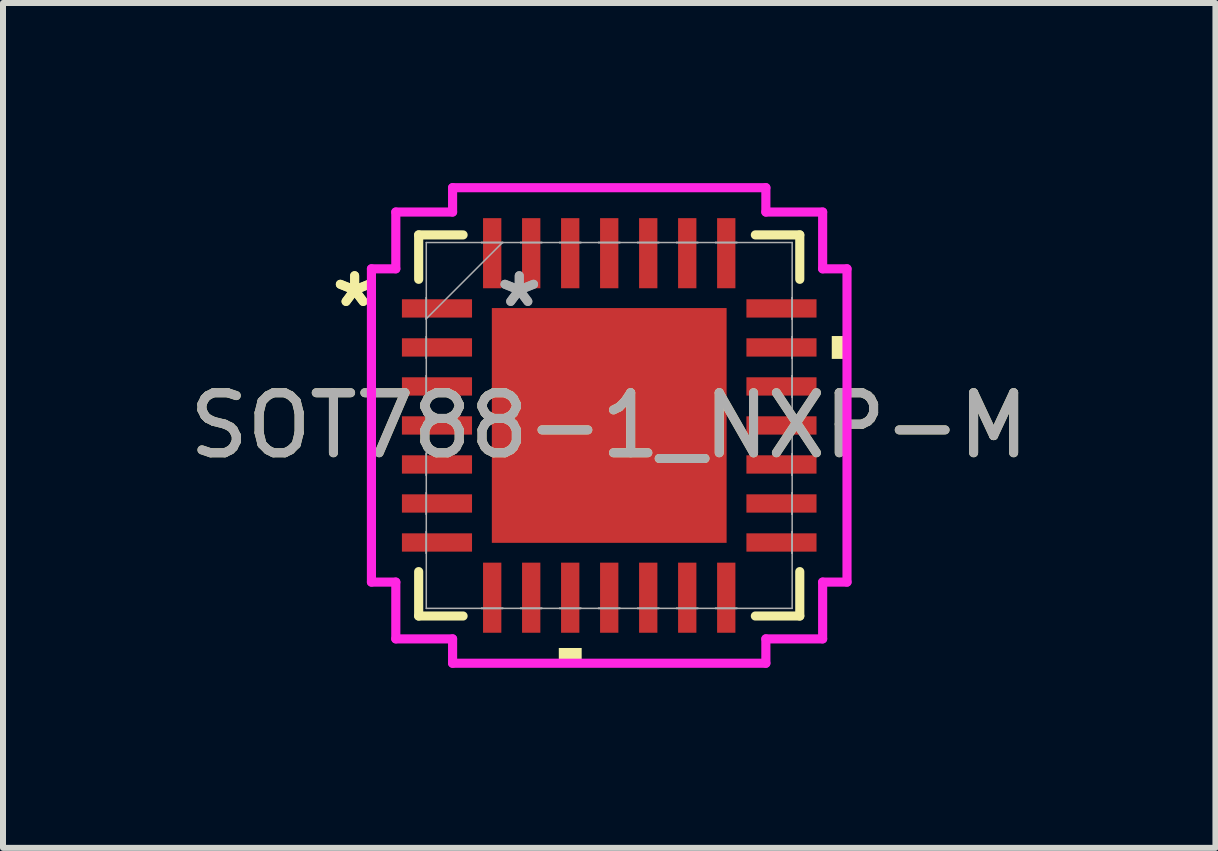
<source format=kicad_pcb>
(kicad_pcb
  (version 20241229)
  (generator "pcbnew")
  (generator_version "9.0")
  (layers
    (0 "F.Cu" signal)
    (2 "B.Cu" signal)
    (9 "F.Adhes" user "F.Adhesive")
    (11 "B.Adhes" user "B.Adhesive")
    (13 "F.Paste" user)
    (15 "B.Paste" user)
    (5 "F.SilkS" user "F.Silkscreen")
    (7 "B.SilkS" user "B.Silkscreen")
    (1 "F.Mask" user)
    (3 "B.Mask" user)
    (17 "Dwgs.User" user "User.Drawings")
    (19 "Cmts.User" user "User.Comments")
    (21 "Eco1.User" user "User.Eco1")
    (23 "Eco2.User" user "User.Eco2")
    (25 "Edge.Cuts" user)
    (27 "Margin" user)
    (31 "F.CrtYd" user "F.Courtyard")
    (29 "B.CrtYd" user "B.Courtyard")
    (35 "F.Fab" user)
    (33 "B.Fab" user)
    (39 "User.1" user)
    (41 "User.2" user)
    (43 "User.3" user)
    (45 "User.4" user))
  (footprint "SOT788-1_NXP-M"
    (layer "F.Cu")
    (at 7.101 4.039)
    (property "Reference" "SOT788-1_NXP-M" (at 0 0 0) (unlocked yes) (layer "F.SilkS") (effects (font (size 1 1) (thickness 0.15))))
    (attr smd)
    (fp_line (start -3.175 -3.175) (end -3.175 -2.435) (stroke (width 0.152) (type solid)) (layer "F.SilkS"))
    (fp_line (start -3.175 2.435) (end -3.175 3.175) (stroke (width 0.152) (type solid)) (layer "F.SilkS"))
    (fp_line (start -3.175 3.175) (end -2.435 3.175) (stroke (width 0.152) (type solid)) (layer "F.SilkS"))
    (fp_line (start -2.435 -3.175) (end -3.175 -3.175) (stroke (width 0.152) (type solid)) (layer "F.SilkS"))
    (fp_line (start 2.435 3.175) (end 3.175 3.175) (stroke (width 0.152) (type solid)) (layer "F.SilkS"))
    (fp_line (start 3.175 -3.175) (end 2.435 -3.175) (stroke (width 0.152) (type solid)) (layer "F.SilkS"))
    (fp_line (start 3.175 -2.435) (end 3.175 -3.175) (stroke (width 0.152) (type solid)) (layer "F.SilkS"))
    (fp_line (start 3.175 3.175) (end 3.175 2.435) (stroke (width 0.152) (type solid)) (layer "F.SilkS"))
    (fp_poly (pts (xy -0.84 3.708) (xy -0.84 3.962) (xy -0.459 3.962) (xy -0.459 3.708)) (stroke (width 0) (type solid)) (fill yes) (layer "F.SilkS"))
    (fp_poly (pts (xy 3.962 -1.49) (xy 3.962 -1.109) (xy 3.708 -1.109) (xy 3.708 -1.49)) (stroke (width 0) (type solid)) (fill yes) (layer "F.SilkS"))
    (fp_line (start -3.962 -2.61) (end -3.556 -2.61) (stroke (width 0.152) (type solid)) (layer "F.CrtYd"))
    (fp_line (start -3.962 2.61) (end -3.962 -2.61) (stroke (width 0.152) (type solid)) (layer "F.CrtYd"))
    (fp_line (start -3.556 -3.556) (end -2.61 -3.556) (stroke (width 0.152) (type solid)) (layer "F.CrtYd"))
    (fp_line (start -3.556 -2.61) (end -3.556 -3.556) (stroke (width 0.152) (type solid)) (layer "F.CrtYd"))
    (fp_line (start -3.556 2.61) (end -3.962 2.61) (stroke (width 0.152) (type solid)) (layer "F.CrtYd"))
    (fp_line (start -3.556 3.556) (end -3.556 2.61) (stroke (width 0.152) (type solid)) (layer "F.CrtYd"))
    (fp_line (start -2.61 -3.962) (end 2.61 -3.962) (stroke (width 0.152) (type solid)) (layer "F.CrtYd"))
    (fp_line (start -2.61 -3.556) (end -2.61 -3.962) (stroke (width 0.152) (type solid)) (layer "F.CrtYd"))
    (fp_line (start -2.61 3.556) (end -3.556 3.556) (stroke (width 0.152) (type solid)) (layer "F.CrtYd"))
    (fp_line (start -2.61 3.962) (end -2.61 3.556) (stroke (width 0.152) (type solid)) (layer "F.CrtYd"))
    (fp_line (start 2.61 -3.962) (end 2.61 -3.556) (stroke (width 0.152) (type solid)) (layer "F.CrtYd"))
    (fp_line (start 2.61 -3.556) (end 3.556 -3.556) (stroke (width 0.152) (type solid)) (layer "F.CrtYd"))
    (fp_line (start 2.61 3.556) (end 2.61 3.962) (stroke (width 0.152) (type solid)) (layer "F.CrtYd"))
    (fp_line (start 2.61 3.962) (end -2.61 3.962) (stroke (width 0.152) (type solid)) (layer "F.CrtYd"))
    (fp_line (start 3.556 -3.556) (end 3.556 -2.61) (stroke (width 0.152) (type solid)) (layer "F.CrtYd"))
    (fp_line (start 3.556 -2.61) (end 3.962 -2.61) (stroke (width 0.152) (type solid)) (layer "F.CrtYd"))
    (fp_line (start 3.556 2.61) (end 3.556 3.556) (stroke (width 0.152) (type solid)) (layer "F.CrtYd"))
    (fp_line (start 3.556 3.556) (end 2.61 3.556) (stroke (width 0.152) (type solid)) (layer "F.CrtYd"))
    (fp_line (start 3.962 -2.61) (end 3.962 2.61) (stroke (width 0.152) (type solid)) (layer "F.CrtYd"))
    (fp_line (start 3.962 2.61) (end 3.556 2.61) (stroke (width 0.152) (type solid)) (layer "F.CrtYd"))
    (fp_line (start -3.048 -3.048) (end -3.048 3.048) (stroke (width 0.025) (type solid)) (layer "F.Fab"))
    (fp_line (start -3.048 -2.128) (end -3.048 -2.128) (stroke (width 0.025) (type solid)) (layer "F.Fab"))
    (fp_line (start -3.048 -2.128) (end -3.048 -1.772) (stroke (width 0.025) (type solid)) (layer "F.Fab"))
    (fp_line (start -3.048 -1.778) (end -1.778 -3.048) (stroke (width 0.025) (type solid)) (layer "F.Fab"))
    (fp_line (start -3.048 -1.772) (end -3.048 -2.128) (stroke (width 0.025) (type solid)) (layer "F.Fab"))
    (fp_line (start -3.048 -1.772) (end -3.048 -1.772) (stroke (width 0.025) (type solid)) (layer "F.Fab"))
    (fp_line (start -3.048 -1.478) (end -3.048 -1.478) (stroke (width 0.025) (type solid)) (layer "F.Fab"))
    (fp_line (start -3.048 -1.478) (end -3.048 -1.122) (stroke (width 0.025) (type solid)) (layer "F.Fab"))
    (fp_line (start -3.048 -1.122) (end -3.048 -1.478) (stroke (width 0.025) (type solid)) (layer "F.Fab"))
    (fp_line (start -3.048 -1.122) (end -3.048 -1.122) (stroke (width 0.025) (type solid)) (layer "F.Fab"))
    (fp_line (start -3.048 -0.828) (end -3.048 -0.828) (stroke (width 0.025) (type solid)) (layer "F.Fab"))
    (fp_line (start -3.048 -0.828) (end -3.048 -0.472) (stroke (width 0.025) (type solid)) (layer "F.Fab"))
    (fp_line (start -3.048 -0.472) (end -3.048 -0.828) (stroke (width 0.025) (type solid)) (layer "F.Fab"))
    (fp_line (start -3.048 -0.472) (end -3.048 -0.472) (stroke (width 0.025) (type solid)) (layer "F.Fab"))
    (fp_line (start -3.048 -0.178) (end -3.048 -0.178) (stroke (width 0.025) (type solid)) (layer "F.Fab"))
    (fp_line (start -3.048 -0.178) (end -3.048 0.178) (stroke (width 0.025) (type solid)) (layer "F.Fab"))
    (fp_line (start -3.048 0.178) (end -3.048 -0.178) (stroke (width 0.025) (type solid)) (layer "F.Fab"))
    (fp_line (start -3.048 0.178) (end -3.048 0.178) (stroke (width 0.025) (type solid)) (layer "F.Fab"))
    (fp_line (start -3.048 0.472) (end -3.048 0.472) (stroke (width 0.025) (type solid)) (layer "F.Fab"))
    (fp_line (start -3.048 0.472) (end -3.048 0.828) (stroke (width 0.025) (type solid)) (layer "F.Fab"))
    (fp_line (start -3.048 0.828) (end -3.048 0.472) (stroke (width 0.025) (type solid)) (layer "F.Fab"))
    (fp_line (start -3.048 0.828) (end -3.048 0.828) (stroke (width 0.025) (type solid)) (layer "F.Fab"))
    (fp_line (start -3.048 1.122) (end -3.048 1.122) (stroke (width 0.025) (type solid)) (layer "F.Fab"))
    (fp_line (start -3.048 1.122) (end -3.048 1.478) (stroke (width 0.025) (type solid)) (layer "F.Fab"))
    (fp_line (start -3.048 1.478) (end -3.048 1.122) (stroke (width 0.025) (type solid)) (layer "F.Fab"))
    (fp_line (start -3.048 1.478) (end -3.048 1.478) (stroke (width 0.025) (type solid)) (layer "F.Fab"))
    (fp_line (start -3.048 1.772) (end -3.048 1.772) (stroke (width 0.025) (type solid)) (layer "F.Fab"))
    (fp_line (start -3.048 1.772) (end -3.048 2.128) (stroke (width 0.025) (type solid)) (layer "F.Fab"))
    (fp_line (start -3.048 2.128) (end -3.048 1.772) (stroke (width 0.025) (type solid)) (layer "F.Fab"))
    (fp_line (start -3.048 2.128) (end -3.048 2.128) (stroke (width 0.025) (type solid)) (layer "F.Fab"))
    (fp_line (start -3.048 3.048) (end 3.048 3.048) (stroke (width 0.025) (type solid)) (layer "F.Fab"))
    (fp_line (start -2.128 -3.048) (end -2.128 -3.048) (stroke (width 0.025) (type solid)) (layer "F.Fab"))
    (fp_line (start -2.128 -3.048) (end -1.772 -3.048) (stroke (width 0.025) (type solid)) (layer "F.Fab"))
    (fp_line (start -2.128 3.048) (end -2.128 3.048) (stroke (width 0.025) (type solid)) (layer "F.Fab"))
    (fp_line (start -2.128 3.048) (end -1.772 3.048) (stroke (width 0.025) (type solid)) (layer "F.Fab"))
    (fp_line (start -1.772 -3.048) (end -2.128 -3.048) (stroke (width 0.025) (type solid)) (layer "F.Fab"))
    (fp_line (start -1.772 -3.048) (end -1.772 -3.048) (stroke (width 0.025) (type solid)) (layer "F.Fab"))
    (fp_line (start -1.772 3.048) (end -2.128 3.048) (stroke (width 0.025) (type solid)) (layer "F.Fab"))
    (fp_line (start -1.772 3.048) (end -1.772 3.048) (stroke (width 0.025) (type solid)) (layer "F.Fab"))
    (fp_line (start -1.478 -3.048) (end -1.478 -3.048) (stroke (width 0.025) (type solid)) (layer "F.Fab"))
    (fp_line (start -1.478 -3.048) (end -1.122 -3.048) (stroke (width 0.025) (type solid)) (layer "F.Fab"))
    (fp_line (start -1.478 3.048) (end -1.478 3.048) (stroke (width 0.025) (type solid)) (layer "F.Fab"))
    (fp_line (start -1.478 3.048) (end -1.122 3.048) (stroke (width 0.025) (type solid)) (layer "F.Fab"))
    (fp_line (start -1.122 -3.048) (end -1.478 -3.048) (stroke (width 0.025) (type solid)) (layer "F.Fab"))
    (fp_line (start -1.122 -3.048) (end -1.122 -3.048) (stroke (width 0.025) (type solid)) (layer "F.Fab"))
    (fp_line (start -1.122 3.048) (end -1.478 3.048) (stroke (width 0.025) (type solid)) (layer "F.Fab"))
    (fp_line (start -1.122 3.048) (end -1.122 3.048) (stroke (width 0.025) (type solid)) (layer "F.Fab"))
    (fp_line (start -0.828 -3.048) (end -0.828 -3.048) (stroke (width 0.025) (type solid)) (layer "F.Fab"))
    (fp_line (start -0.828 -3.048) (end -0.472 -3.048) (stroke (width 0.025) (type solid)) (layer "F.Fab"))
    (fp_line (start -0.828 3.048) (end -0.828 3.048) (stroke (width 0.025) (type solid)) (layer "F.Fab"))
    (fp_line (start -0.828 3.048) (end -0.472 3.048) (stroke (width 0.025) (type solid)) (layer "F.Fab"))
    (fp_line (start -0.472 -3.048) (end -0.828 -3.048) (stroke (width 0.025) (type solid)) (layer "F.Fab"))
    (fp_line (start -0.472 -3.048) (end -0.472 -3.048) (stroke (width 0.025) (type solid)) (layer "F.Fab"))
    (fp_line (start -0.472 3.048) (end -0.828 3.048) (stroke (width 0.025) (type solid)) (layer "F.Fab"))
    (fp_line (start -0.472 3.048) (end -0.472 3.048) (stroke (width 0.025) (type solid)) (layer "F.Fab"))
    (fp_line (start -0.178 -3.048) (end -0.178 -3.048) (stroke (width 0.025) (type solid)) (layer "F.Fab"))
    (fp_line (start -0.178 -3.048) (end 0.178 -3.048) (stroke (width 0.025) (type solid)) (layer "F.Fab"))
    (fp_line (start -0.178 3.048) (end -0.178 3.048) (stroke (width 0.025) (type solid)) (layer "F.Fab"))
    (fp_line (start -0.178 3.048) (end 0.178 3.048) (stroke (width 0.025) (type solid)) (layer "F.Fab"))
    (fp_line (start 0.178 -3.048) (end -0.178 -3.048) (stroke (width 0.025) (type solid)) (layer "F.Fab"))
    (fp_line (start 0.178 -3.048) (end 0.178 -3.048) (stroke (width 0.025) (type solid)) (layer "F.Fab"))
    (fp_line (start 0.178 3.048) (end -0.178 3.048) (stroke (width 0.025) (type solid)) (layer "F.Fab"))
    (fp_line (start 0.178 3.048) (end 0.178 3.048) (stroke (width 0.025) (type solid)) (layer "F.Fab"))
    (fp_line (start 0.472 -3.048) (end 0.472 -3.048) (stroke (width 0.025) (type solid)) (layer "F.Fab"))
    (fp_line (start 0.472 -3.048) (end 0.828 -3.048) (stroke (width 0.025) (type solid)) (layer "F.Fab"))
    (fp_line (start 0.472 3.048) (end 0.472 3.048) (stroke (width 0.025) (type solid)) (layer "F.Fab"))
    (fp_line (start 0.472 3.048) (end 0.828 3.048) (stroke (width 0.025) (type solid)) (layer "F.Fab"))
    (fp_line (start 0.828 -3.048) (end 0.472 -3.048) (stroke (width 0.025) (type solid)) (layer "F.Fab"))
    (fp_line (start 0.828 -3.048) (end 0.828 -3.048) (stroke (width 0.025) (type solid)) (layer "F.Fab"))
    (fp_line (start 0.828 3.048) (end 0.472 3.048) (stroke (width 0.025) (type solid)) (layer "F.Fab"))
    (fp_line (start 0.828 3.048) (end 0.828 3.048) (stroke (width 0.025) (type solid)) (layer "F.Fab"))
    (fp_line (start 1.122 -3.048) (end 1.122 -3.048) (stroke (width 0.025) (type solid)) (layer "F.Fab"))
    (fp_line (start 1.122 -3.048) (end 1.478 -3.048) (stroke (width 0.025) (type solid)) (layer "F.Fab"))
    (fp_line (start 1.122 3.048) (end 1.122 3.048) (stroke (width 0.025) (type solid)) (layer "F.Fab"))
    (fp_line (start 1.122 3.048) (end 1.478 3.048) (stroke (width 0.025) (type solid)) (layer "F.Fab"))
    (fp_line (start 1.478 -3.048) (end 1.122 -3.048) (stroke (width 0.025) (type solid)) (layer "F.Fab"))
    (fp_line (start 1.478 -3.048) (end 1.478 -3.048) (stroke (width 0.025) (type solid)) (layer "F.Fab"))
    (fp_line (start 1.478 3.048) (end 1.122 3.048) (stroke (width 0.025) (type solid)) (layer "F.Fab"))
    (fp_line (start 1.478 3.048) (end 1.478 3.048) (stroke (width 0.025) (type solid)) (layer "F.Fab"))
    (fp_line (start 1.772 -3.048) (end 1.772 -3.048) (stroke (width 0.025) (type solid)) (layer "F.Fab"))
    (fp_line (start 1.772 -3.048) (end 2.128 -3.048) (stroke (width 0.025) (type solid)) (layer "F.Fab"))
    (fp_line (start 1.772 3.048) (end 1.772 3.048) (stroke (width 0.025) (type solid)) (layer "F.Fab"))
    (fp_line (start 1.772 3.048) (end 2.128 3.048) (stroke (width 0.025) (type solid)) (layer "F.Fab"))
    (fp_line (start 2.128 -3.048) (end 1.772 -3.048) (stroke (width 0.025) (type solid)) (layer "F.Fab"))
    (fp_line (start 2.128 -3.048) (end 2.128 -3.048) (stroke (width 0.025) (type solid)) (layer "F.Fab"))
    (fp_line (start 2.128 3.048) (end 1.772 3.048) (stroke (width 0.025) (type solid)) (layer "F.Fab"))
    (fp_line (start 2.128 3.048) (end 2.128 3.048) (stroke (width 0.025) (type solid)) (layer "F.Fab"))
    (fp_line (start 3.048 -3.048) (end -3.048 -3.048) (stroke (width 0.025) (type solid)) (layer "F.Fab"))
    (fp_line (start 3.048 -2.128) (end 3.048 -2.128) (stroke (width 0.025) (type solid)) (layer "F.Fab"))
    (fp_line (start 3.048 -2.128) (end 3.048 -1.772) (stroke (width 0.025) (type solid)) (layer "F.Fab"))
    (fp_line (start 3.048 -1.772) (end 3.048 -2.128) (stroke (width 0.025) (type solid)) (layer "F.Fab"))
    (fp_line (start 3.048 -1.772) (end 3.048 -1.772) (stroke (width 0.025) (type solid)) (layer "F.Fab"))
    (fp_line (start 3.048 -1.478) (end 3.048 -1.478) (stroke (width 0.025) (type solid)) (layer "F.Fab"))
    (fp_line (start 3.048 -1.478) (end 3.048 -1.122) (stroke (width 0.025) (type solid)) (layer "F.Fab"))
    (fp_line (start 3.048 -1.122) (end 3.048 -1.478) (stroke (width 0.025) (type solid)) (layer "F.Fab"))
    (fp_line (start 3.048 -1.122) (end 3.048 -1.122) (stroke (width 0.025) (type solid)) (layer "F.Fab"))
    (fp_line (start 3.048 -0.828) (end 3.048 -0.828) (stroke (width 0.025) (type solid)) (layer "F.Fab"))
    (fp_line (start 3.048 -0.828) (end 3.048 -0.472) (stroke (width 0.025) (type solid)) (layer "F.Fab"))
    (fp_line (start 3.048 -0.472) (end 3.048 -0.828) (stroke (width 0.025) (type solid)) (layer "F.Fab"))
    (fp_line (start 3.048 -0.472) (end 3.048 -0.472) (stroke (width 0.025) (type solid)) (layer "F.Fab"))
    (fp_line (start 3.048 -0.178) (end 3.048 -0.178) (stroke (width 0.025) (type solid)) (layer "F.Fab"))
    (fp_line (start 3.048 -0.178) (end 3.048 0.178) (stroke (width 0.025) (type solid)) (layer "F.Fab"))
    (fp_line (start 3.048 0.178) (end 3.048 -0.178) (stroke (width 0.025) (type solid)) (layer "F.Fab"))
    (fp_line (start 3.048 0.178) (end 3.048 0.178) (stroke (width 0.025) (type solid)) (layer "F.Fab"))
    (fp_line (start 3.048 0.472) (end 3.048 0.472) (stroke (width 0.025) (type solid)) (layer "F.Fab"))
    (fp_line (start 3.048 0.472) (end 3.048 0.828) (stroke (width 0.025) (type solid)) (layer "F.Fab"))
    (fp_line (start 3.048 0.828) (end 3.048 0.472) (stroke (width 0.025) (type solid)) (layer "F.Fab"))
    (fp_line (start 3.048 0.828) (end 3.048 0.828) (stroke (width 0.025) (type solid)) (layer "F.Fab"))
    (fp_line (start 3.048 1.122) (end 3.048 1.122) (stroke (width 0.025) (type solid)) (layer "F.Fab"))
    (fp_line (start 3.048 1.122) (end 3.048 1.478) (stroke (width 0.025) (type solid)) (layer "F.Fab"))
    (fp_line (start 3.048 1.478) (end 3.048 1.122) (stroke (width 0.025) (type solid)) (layer "F.Fab"))
    (fp_line (start 3.048 1.478) (end 3.048 1.478) (stroke (width 0.025) (type solid)) (layer "F.Fab"))
    (fp_line (start 3.048 1.772) (end 3.048 1.772) (stroke (width 0.025) (type solid)) (layer "F.Fab"))
    (fp_line (start 3.048 1.772) (end 3.048 2.128) (stroke (width 0.025) (type solid)) (layer "F.Fab"))
    (fp_line (start 3.048 2.128) (end 3.048 1.772) (stroke (width 0.025) (type solid)) (layer "F.Fab"))
    (fp_line (start 3.048 2.128) (end 3.048 2.128) (stroke (width 0.025) (type solid)) (layer "F.Fab"))
    (fp_line (start 3.048 3.048) (end 3.048 -3.048) (stroke (width 0.025) (type solid)) (layer "F.Fab"))
    (fp_text user "*" (at -4.242 -1.95 0) (layer "F.SilkS") (effects (font (size 1 1) (thickness 0.15))))
    (fp_text user "*" (at -4.242 -1.95 0) (unlocked yes) (layer "F.SilkS") (effects (font (size 1 1) (thickness 0.15))))
    (fp_text user "*" (at -1.499 -1.95 0) (unlocked yes) (layer "F.Fab") (effects (font (size 1 1) (thickness 0.15))))
    (fp_text user "${REFERENCE}" (at 0 0 0) (unlocked yes) (layer "F.Fab") (effects (font (size 1 1) (thickness 0.15))))
    (fp_text user "*" (at -1.499 -1.95 0) (layer "F.Fab") (effects (font (size 1 1) (thickness 0.15))))
    (pad "1" smd rect (at -2.87 -1.95 90) (size 0.305 1.168) (layers "F.Cu" "F.Mask" "F.Paste"))
    (pad "2" smd rect (at -2.87 -1.3 90) (size 0.305 1.168) (layers "F.Cu" "F.Mask" "F.Paste"))
    (pad "3" smd rect (at -2.87 -0.65 90) (size 0.305 1.168) (layers "F.Cu" "F.Mask" "F.Paste"))
    (pad "4" smd rect (at -2.87 0 90) (size 0.305 1.168) (layers "F.Cu" "F.Mask" "F.Paste"))
    (pad "5" smd rect (at -2.87 0.65 90) (size 0.305 1.168) (layers "F.Cu" "F.Mask" "F.Paste"))
    (pad "6" smd rect (at -2.87 1.3 90) (size 0.305 1.168) (layers "F.Cu" "F.Mask" "F.Paste"))
    (pad "7" smd rect (at -2.87 1.95 90) (size 0.305 1.168) (layers "F.Cu" "F.Mask" "F.Paste"))
    (pad "8" smd rect (at -1.95 2.87) (size 0.305 1.168) (layers "F.Cu" "F.Mask" "F.Paste"))
    (pad "9" smd rect (at -1.3 2.87) (size 0.305 1.168) (layers "F.Cu" "F.Mask" "F.Paste"))
    (pad "10" smd rect (at -0.65 2.87) (size 0.305 1.168) (layers "F.Cu" "F.Mask" "F.Paste"))
    (pad "11" smd rect (at 0 2.87) (size 0.305 1.168) (layers "F.Cu" "F.Mask" "F.Paste"))
    (pad "12" smd rect (at 0.65 2.87) (size 0.305 1.168) (layers "F.Cu" "F.Mask" "F.Paste"))
    (pad "13" smd rect (at 1.3 2.87) (size 0.305 1.168) (layers "F.Cu" "F.Mask" "F.Paste"))
    (pad "14" smd rect (at 1.95 2.87) (size 0.305 1.168) (layers "F.Cu" "F.Mask" "F.Paste"))
    (pad "15" smd rect (at 2.87 1.95 90) (size 0.305 1.168) (layers "F.Cu" "F.Mask" "F.Paste"))
    (pad "16" smd rect (at 2.87 1.3 90) (size 0.305 1.168) (layers "F.Cu" "F.Mask" "F.Paste"))
    (pad "17" smd rect (at 2.87 0.65 90) (size 0.305 1.168) (layers "F.Cu" "F.Mask" "F.Paste"))
    (pad "18" smd rect (at 2.87 0 90) (size 0.305 1.168) (layers "F.Cu" "F.Mask" "F.Paste"))
    (pad "19" smd rect (at 2.87 -0.65 90) (size 0.305 1.168) (layers "F.Cu" "F.Mask" "F.Paste"))
    (pad "20" smd rect (at 2.87 -1.3 90) (size 0.305 1.168) (layers "F.Cu" "F.Mask" "F.Paste"))
    (pad "21" smd rect (at 2.87 -1.95 90) (size 0.305 1.168) (layers "F.Cu" "F.Mask" "F.Paste"))
    (pad "22" smd rect (at 1.95 -2.87) (size 0.305 1.168) (layers "F.Cu" "F.Mask" "F.Paste"))
    (pad "23" smd rect (at 1.3 -2.87) (size 0.305 1.168) (layers "F.Cu" "F.Mask" "F.Paste"))
    (pad "24" smd rect (at 0.65 -2.87) (size 0.305 1.168) (layers "F.Cu" "F.Mask" "F.Paste"))
    (pad "25" smd rect (at 0 -2.87) (size 0.305 1.168) (layers "F.Cu" "F.Mask" "F.Paste"))
    (pad "26" smd rect (at -0.65 -2.87) (size 0.305 1.168) (layers "F.Cu" "F.Mask" "F.Paste"))
    (pad "27" smd rect (at -1.3 -2.87) (size 0.305 1.168) (layers "F.Cu" "F.Mask" "F.Paste"))
    (pad "28" smd rect (at -1.95 -2.87) (size 0.305 1.168) (layers "F.Cu" "F.Mask" "F.Paste"))
    (pad "29" smd rect (at 0 0) (size 3.912 3.912) (layers "F.Cu" "F.Mask" "F.Paste")))
  (gr_rect
    (start -3 -3)
    (end 17.202 11.077)
    (stroke (width 0.1) (type default))
    (fill no)
    (layer "Edge.Cuts")))
</source>
